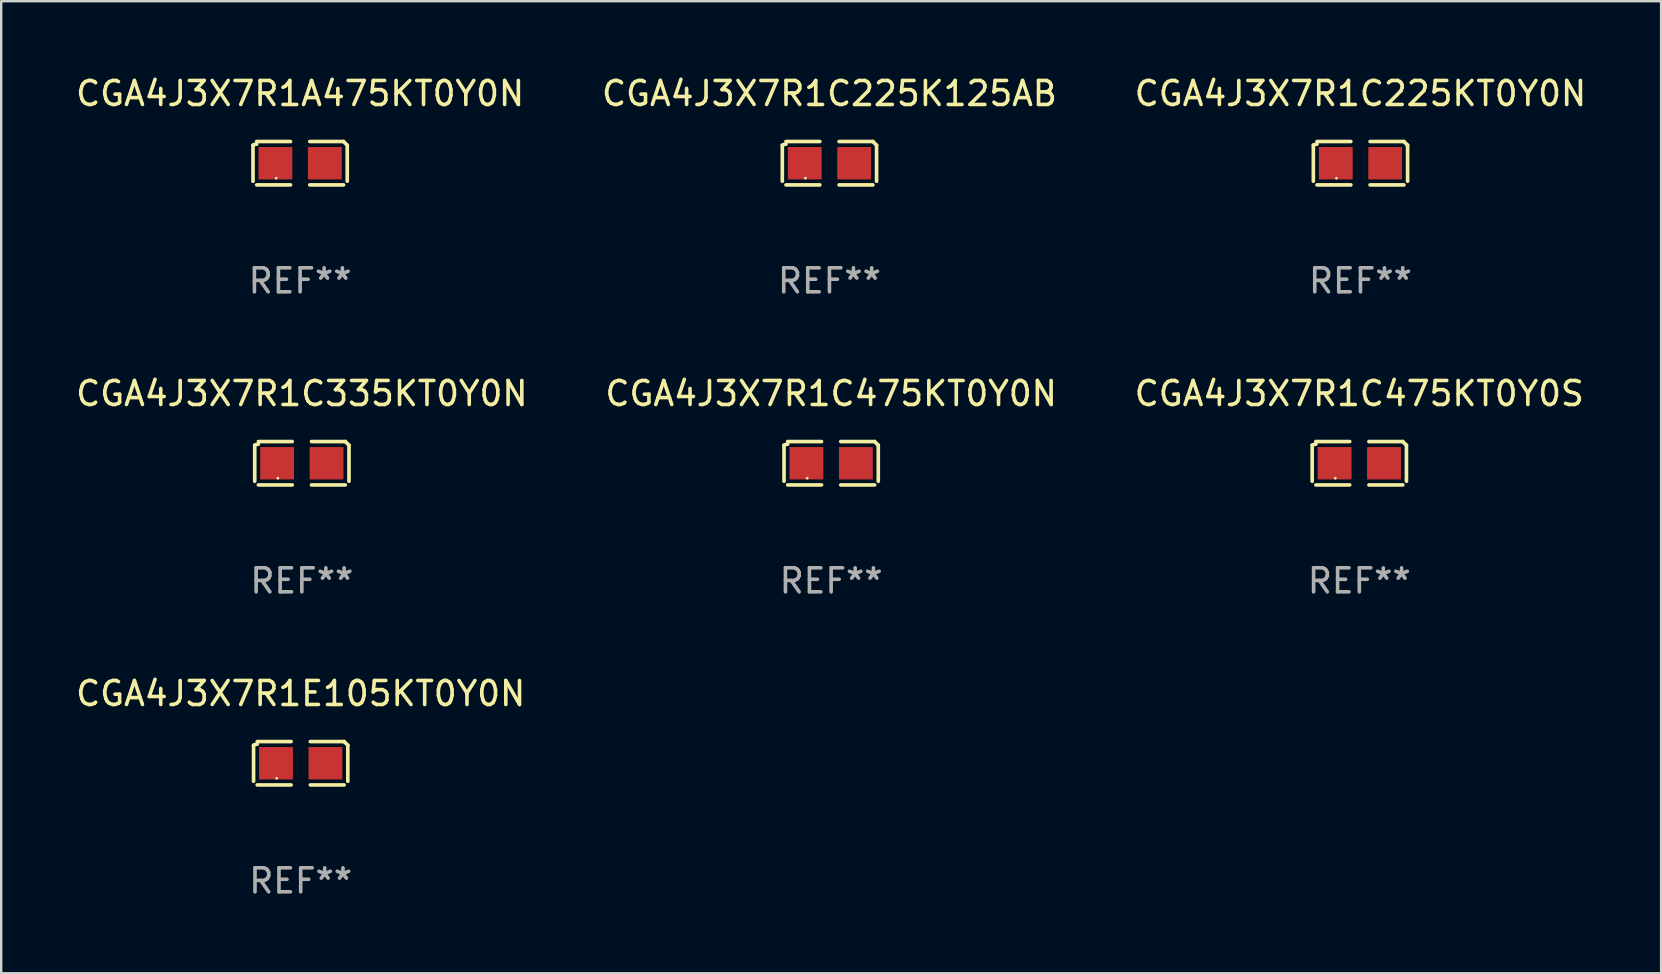
<source format=kicad_pcb>
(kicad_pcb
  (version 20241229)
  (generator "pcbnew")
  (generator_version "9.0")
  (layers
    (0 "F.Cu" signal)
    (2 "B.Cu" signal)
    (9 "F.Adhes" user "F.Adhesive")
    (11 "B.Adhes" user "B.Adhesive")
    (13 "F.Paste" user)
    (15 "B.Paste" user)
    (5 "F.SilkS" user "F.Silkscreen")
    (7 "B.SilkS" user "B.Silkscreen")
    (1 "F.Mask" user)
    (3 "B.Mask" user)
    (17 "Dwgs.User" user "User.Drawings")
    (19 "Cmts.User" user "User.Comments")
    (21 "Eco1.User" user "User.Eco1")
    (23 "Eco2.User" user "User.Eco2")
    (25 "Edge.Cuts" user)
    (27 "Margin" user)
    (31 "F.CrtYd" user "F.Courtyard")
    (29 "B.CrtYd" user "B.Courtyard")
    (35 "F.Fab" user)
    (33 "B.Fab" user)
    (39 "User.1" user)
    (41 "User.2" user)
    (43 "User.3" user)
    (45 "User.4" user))
  (footprint "CGA4J3X7R1C225K125AB"
    (layer "F.Cu")
    (at 31.518 3.752)
    (property "Reference" "CGA4J3X7R1C225K125AB" (at 0 -2.904 0) (layer "F.SilkS") (effects (font (size 1 1) (thickness 0.15))))
    (attr through_hole)
    (fp_line (start -1.964 0.751) (end -1.964 -0.751) (stroke (width 0.152) (type solid)) (layer "F.SilkS"))
    (fp_line (start -1.811 -0.904) (end -0.401 -0.904) (stroke (width 0.152) (type solid)) (layer "F.SilkS"))
    (fp_line (start -0.401 0.904) (end -1.811 0.904) (stroke (width 0.152) (type solid)) (layer "F.SilkS"))
    (fp_line (start 0.401 0.904) (end 1.811 0.904) (stroke (width 0.152) (type solid)) (layer "F.SilkS"))
    (fp_line (start 1.811 -0.904) (end 0.401 -0.904) (stroke (width 0.152) (type solid)) (layer "F.SilkS"))
    (fp_line (start 1.964 0.751) (end 1.964 -0.751) (stroke (width 0.152) (type solid)) (layer "F.SilkS"))
    (fp_arc (start -1.963602 -0.751207) (mid -1.890354 -0.783131) (end -1.811201 -0.794044) (stroke (width 0.1524) (type solid)) (layer "F.SilkS"))
    (fp_arc (start 1.811202 -0.903607) (mid 1.887413 -0.827418) (end 1.963602 -0.751207) (stroke (width 0.1524) (type solid)) (layer "F.SilkS"))
    (fp_circle (center -1 0.625) (end -0.97 0.625) (stroke (width 0.06) (type solid)) (fill no) (layer "F.SilkS"))
    (fp_text user "REF**" (at 0 4.904 0) (layer "F.Fab") (effects (font (size 1 1) (thickness 0.15))))
    (pad "1" smd rect (at -1.03 0) (size 1.41 1.35) (layers "F.Cu" "F.Mask" "F.Paste"))
    (pad "2" smd rect (at 1.03 0) (size 1.41 1.35) (layers "F.Cu" "F.Mask" "F.Paste")))
  (footprint "CGA4J3X7R1A475KT0Y0N"
    (layer "F.Cu")
    (at 9.458 3.752)
    (property "Reference" "CGA4J3X7R1A475KT0Y0N" (at 0 -2.904 0) (layer "F.SilkS") (effects (font (size 1 1) (thickness 0.15))))
    (attr through_hole)
    (fp_line (start -1.964 0.751) (end -1.964 -0.751) (stroke (width 0.152) (type solid)) (layer "F.SilkS"))
    (fp_line (start -1.811 -0.904) (end -0.401 -0.904) (stroke (width 0.152) (type solid)) (layer "F.SilkS"))
    (fp_line (start -0.401 0.904) (end -1.811 0.904) (stroke (width 0.152) (type solid)) (layer "F.SilkS"))
    (fp_line (start 0.401 0.904) (end 1.811 0.904) (stroke (width 0.152) (type solid)) (layer "F.SilkS"))
    (fp_line (start 1.811 -0.904) (end 0.401 -0.904) (stroke (width 0.152) (type solid)) (layer "F.SilkS"))
    (fp_line (start 1.964 0.751) (end 1.964 -0.751) (stroke (width 0.152) (type solid)) (layer "F.SilkS"))
    (fp_arc (start -1.963602 -0.751207) (mid -1.890354 -0.783131) (end -1.811201 -0.794044) (stroke (width 0.1524) (type solid)) (layer "F.SilkS"))
    (fp_arc (start 1.811202 -0.903607) (mid 1.887413 -0.827418) (end 1.963602 -0.751207) (stroke (width 0.1524) (type solid)) (layer "F.SilkS"))
    (fp_circle (center -1 0.625) (end -0.97 0.625) (stroke (width 0.06) (type solid)) (fill no) (layer "F.SilkS"))
    (fp_text user "REF**" (at 0 4.904 0) (layer "F.Fab") (effects (font (size 1 1) (thickness 0.15))))
    (pad "1" smd rect (at -1.03 0) (size 1.41 1.35) (layers "F.Cu" "F.Mask" "F.Paste"))
    (pad "2" smd rect (at 1.03 0) (size 1.41 1.35) (layers "F.Cu" "F.Mask" "F.Paste")))
  (footprint "CGA4J3X7R1C475KT0Y0N"
    (layer "F.Cu")
    (at 31.589 16.256)
    (property "Reference" "CGA4J3X7R1C475KT0Y0N" (at 0 -2.904 0) (layer "F.SilkS") (effects (font (size 1 1) (thickness 0.15))))
    (attr through_hole)
    (fp_line (start -1.964 0.751) (end -1.964 -0.751) (stroke (width 0.152) (type solid)) (layer "F.SilkS"))
    (fp_line (start -1.811 -0.904) (end -0.401 -0.904) (stroke (width 0.152) (type solid)) (layer "F.SilkS"))
    (fp_line (start -0.401 0.904) (end -1.811 0.904) (stroke (width 0.152) (type solid)) (layer "F.SilkS"))
    (fp_line (start 0.401 0.904) (end 1.811 0.904) (stroke (width 0.152) (type solid)) (layer "F.SilkS"))
    (fp_line (start 1.811 -0.904) (end 0.401 -0.904) (stroke (width 0.152) (type solid)) (layer "F.SilkS"))
    (fp_line (start 1.964 0.751) (end 1.964 -0.751) (stroke (width 0.152) (type solid)) (layer "F.SilkS"))
    (fp_arc (start -1.963602 -0.751207) (mid -1.890354 -0.783131) (end -1.811201 -0.794044) (stroke (width 0.1524) (type solid)) (layer "F.SilkS"))
    (fp_arc (start 1.811202 -0.903607) (mid 1.887413 -0.827418) (end 1.963602 -0.751207) (stroke (width 0.1524) (type solid)) (layer "F.SilkS"))
    (fp_circle (center -1 0.625) (end -0.97 0.625) (stroke (width 0.06) (type solid)) (fill no) (layer "F.SilkS"))
    (fp_text user "REF**" (at 0 4.904 0) (layer "F.Fab") (effects (font (size 1 1) (thickness 0.15))))
    (pad "1" smd rect (at -1.03 0) (size 1.41 1.35) (layers "F.Cu" "F.Mask" "F.Paste"))
    (pad "2" smd rect (at 1.03 0) (size 1.41 1.35) (layers "F.Cu" "F.Mask" "F.Paste")))
  (footprint "CGA4J3X7R1C475KT0Y0S"
    (layer "F.Cu")
    (at 53.601 16.256)
    (property "Reference" "CGA4J3X7R1C475KT0Y0S" (at 0 -2.904 0) (layer "F.SilkS") (effects (font (size 1 1) (thickness 0.15))))
    (attr through_hole)
    (fp_line (start -1.964 0.751) (end -1.964 -0.751) (stroke (width 0.152) (type solid)) (layer "F.SilkS"))
    (fp_line (start -1.811 -0.904) (end -0.401 -0.904) (stroke (width 0.152) (type solid)) (layer "F.SilkS"))
    (fp_line (start -0.401 0.904) (end -1.811 0.904) (stroke (width 0.152) (type solid)) (layer "F.SilkS"))
    (fp_line (start 0.401 0.904) (end 1.811 0.904) (stroke (width 0.152) (type solid)) (layer "F.SilkS"))
    (fp_line (start 1.811 -0.904) (end 0.401 -0.904) (stroke (width 0.152) (type solid)) (layer "F.SilkS"))
    (fp_line (start 1.964 0.751) (end 1.964 -0.751) (stroke (width 0.152) (type solid)) (layer "F.SilkS"))
    (fp_arc (start -1.963602 -0.751207) (mid -1.890354 -0.783131) (end -1.811201 -0.794044) (stroke (width 0.1524) (type solid)) (layer "F.SilkS"))
    (fp_arc (start 1.811202 -0.903607) (mid 1.887413 -0.827418) (end 1.963602 -0.751207) (stroke (width 0.1524) (type solid)) (layer "F.SilkS"))
    (fp_circle (center -1 0.625) (end -0.97 0.625) (stroke (width 0.06) (type solid)) (fill no) (layer "F.SilkS"))
    (fp_text user "REF**" (at 0 4.904 0) (layer "F.Fab") (effects (font (size 1 1) (thickness 0.15))))
    (pad "1" smd rect (at -1.03 0) (size 1.41 1.35) (layers "F.Cu" "F.Mask" "F.Paste"))
    (pad "2" smd rect (at 1.03 0) (size 1.41 1.35) (layers "F.Cu" "F.Mask" "F.Paste")))
  (footprint "CGA4J3X7R1E105KT0Y0N"
    (layer "F.Cu")
    (at 9.482 28.759)
    (property "Reference" "CGA4J3X7R1E105KT0Y0N" (at 0 -2.904 0) (layer "F.SilkS") (effects (font (size 1 1) (thickness 0.15))))
    (attr through_hole)
    (fp_line (start -1.964 0.751) (end -1.964 -0.751) (stroke (width 0.152) (type solid)) (layer "F.SilkS"))
    (fp_line (start -1.811 -0.904) (end -0.401 -0.904) (stroke (width 0.152) (type solid)) (layer "F.SilkS"))
    (fp_line (start -0.401 0.904) (end -1.811 0.904) (stroke (width 0.152) (type solid)) (layer "F.SilkS"))
    (fp_line (start 0.401 0.904) (end 1.811 0.904) (stroke (width 0.152) (type solid)) (layer "F.SilkS"))
    (fp_line (start 1.811 -0.904) (end 0.401 -0.904) (stroke (width 0.152) (type solid)) (layer "F.SilkS"))
    (fp_line (start 1.964 0.751) (end 1.964 -0.751) (stroke (width 0.152) (type solid)) (layer "F.SilkS"))
    (fp_arc (start -1.963602 -0.751207) (mid -1.890354 -0.783131) (end -1.811201 -0.794044) (stroke (width 0.1524) (type solid)) (layer "F.SilkS"))
    (fp_arc (start 1.811202 -0.903607) (mid 1.887413 -0.827418) (end 1.963602 -0.751207) (stroke (width 0.1524) (type solid)) (layer "F.SilkS"))
    (fp_circle (center -1 0.625) (end -0.97 0.625) (stroke (width 0.06) (type solid)) (fill no) (layer "F.SilkS"))
    (fp_text user "REF**" (at 0 4.904 0) (layer "F.Fab") (effects (font (size 1 1) (thickness 0.15))))
    (pad "1" smd rect (at -1.03 0) (size 1.41 1.35) (layers "F.Cu" "F.Mask" "F.Paste"))
    (pad "2" smd rect (at 1.03 0) (size 1.41 1.35) (layers "F.Cu" "F.Mask" "F.Paste")))
  (footprint "CGA4J3X7R1C225KT0Y0N"
    (layer "F.Cu")
    (at 53.649 3.752)
    (property "Reference" "CGA4J3X7R1C225KT0Y0N" (at 0 -2.904 0) (layer "F.SilkS") (effects (font (size 1 1) (thickness 0.15))))
    (attr through_hole)
    (fp_line (start -1.964 0.751) (end -1.964 -0.751) (stroke (width 0.152) (type solid)) (layer "F.SilkS"))
    (fp_line (start -1.811 -0.904) (end -0.401 -0.904) (stroke (width 0.152) (type solid)) (layer "F.SilkS"))
    (fp_line (start -0.401 0.904) (end -1.811 0.904) (stroke (width 0.152) (type solid)) (layer "F.SilkS"))
    (fp_line (start 0.401 0.904) (end 1.811 0.904) (stroke (width 0.152) (type solid)) (layer "F.SilkS"))
    (fp_line (start 1.811 -0.904) (end 0.401 -0.904) (stroke (width 0.152) (type solid)) (layer "F.SilkS"))
    (fp_line (start 1.964 0.751) (end 1.964 -0.751) (stroke (width 0.152) (type solid)) (layer "F.SilkS"))
    (fp_arc (start -1.963602 -0.751207) (mid -1.890354 -0.783131) (end -1.811201 -0.794044) (stroke (width 0.1524) (type solid)) (layer "F.SilkS"))
    (fp_arc (start 1.811202 -0.903607) (mid 1.887413 -0.827418) (end 1.963602 -0.751207) (stroke (width 0.1524) (type solid)) (layer "F.SilkS"))
    (fp_circle (center -1 0.625) (end -0.97 0.625) (stroke (width 0.06) (type solid)) (fill no) (layer "F.SilkS"))
    (fp_text user "REF**" (at 0 4.904 0) (layer "F.Fab") (effects (font (size 1 1) (thickness 0.15))))
    (pad "1" smd rect (at -1.03 0) (size 1.41 1.35) (layers "F.Cu" "F.Mask" "F.Paste"))
    (pad "2" smd rect (at 1.03 0) (size 1.41 1.35) (layers "F.Cu" "F.Mask" "F.Paste")))
  (footprint "CGA4J3X7R1C335KT0Y0N"
    (layer "F.Cu")
    (at 9.53 16.256)
    (property "Reference" "CGA4J3X7R1C335KT0Y0N" (at 0 -2.904 0) (layer "F.SilkS") (effects (font (size 1 1) (thickness 0.15))))
    (attr through_hole)
    (fp_line (start -1.964 0.751) (end -1.964 -0.751) (stroke (width 0.152) (type solid)) (layer "F.SilkS"))
    (fp_line (start -1.811 -0.904) (end -0.401 -0.904) (stroke (width 0.152) (type solid)) (layer "F.SilkS"))
    (fp_line (start -0.401 0.904) (end -1.811 0.904) (stroke (width 0.152) (type solid)) (layer "F.SilkS"))
    (fp_line (start 0.401 0.904) (end 1.811 0.904) (stroke (width 0.152) (type solid)) (layer "F.SilkS"))
    (fp_line (start 1.811 -0.904) (end 0.401 -0.904) (stroke (width 0.152) (type solid)) (layer "F.SilkS"))
    (fp_line (start 1.964 0.751) (end 1.964 -0.751) (stroke (width 0.152) (type solid)) (layer "F.SilkS"))
    (fp_arc (start -1.963602 -0.751207) (mid -1.890354 -0.783131) (end -1.811201 -0.794044) (stroke (width 0.1524) (type solid)) (layer "F.SilkS"))
    (fp_arc (start 1.811202 -0.903607) (mid 1.887413 -0.827418) (end 1.963602 -0.751207) (stroke (width 0.1524) (type solid)) (layer "F.SilkS"))
    (fp_circle (center -1 0.625) (end -0.97 0.625) (stroke (width 0.06) (type solid)) (fill no) (layer "F.SilkS"))
    (fp_text user "REF**" (at 0 4.904 0) (layer "F.Fab") (effects (font (size 1 1) (thickness 0.15))))
    (pad "1" smd rect (at -1.03 0) (size 1.41 1.35) (layers "F.Cu" "F.Mask" "F.Paste"))
    (pad "2" smd rect (at 1.03 0) (size 1.41 1.35) (layers "F.Cu" "F.Mask" "F.Paste")))
  (gr_rect
    (start -3 -3)
    (end 66.179 37.511)
    (stroke (width 0.1) (type default))
    (fill no)
    (layer "Edge.Cuts")))
</source>
